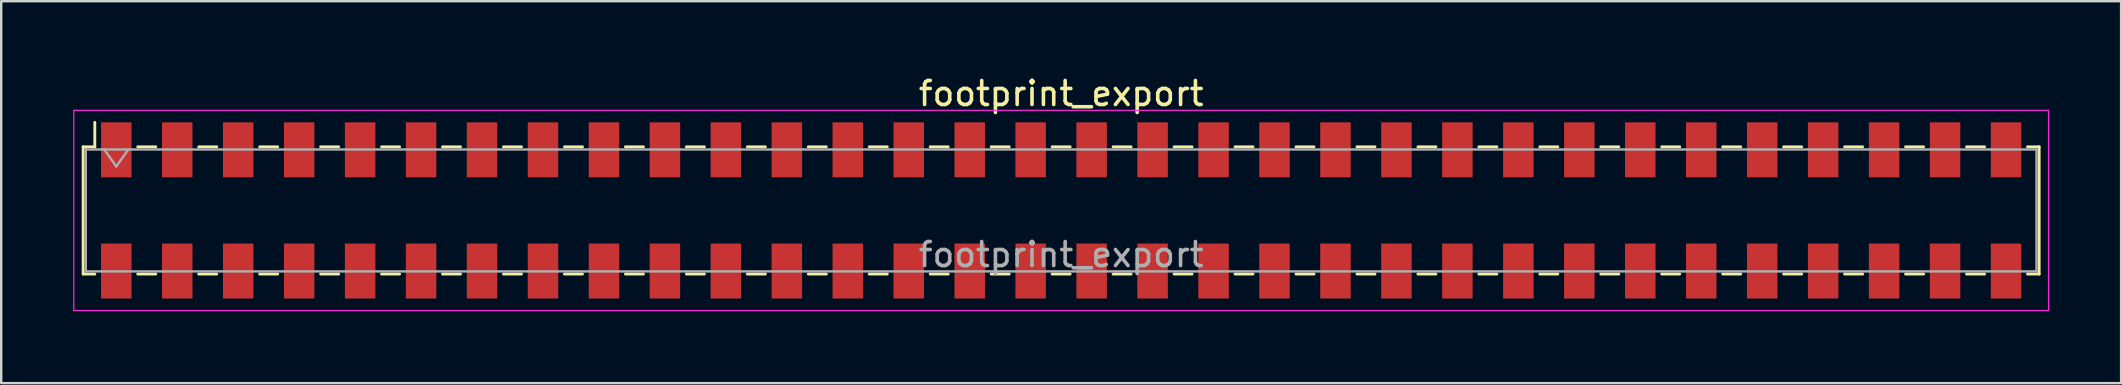
<source format=kicad_pcb>
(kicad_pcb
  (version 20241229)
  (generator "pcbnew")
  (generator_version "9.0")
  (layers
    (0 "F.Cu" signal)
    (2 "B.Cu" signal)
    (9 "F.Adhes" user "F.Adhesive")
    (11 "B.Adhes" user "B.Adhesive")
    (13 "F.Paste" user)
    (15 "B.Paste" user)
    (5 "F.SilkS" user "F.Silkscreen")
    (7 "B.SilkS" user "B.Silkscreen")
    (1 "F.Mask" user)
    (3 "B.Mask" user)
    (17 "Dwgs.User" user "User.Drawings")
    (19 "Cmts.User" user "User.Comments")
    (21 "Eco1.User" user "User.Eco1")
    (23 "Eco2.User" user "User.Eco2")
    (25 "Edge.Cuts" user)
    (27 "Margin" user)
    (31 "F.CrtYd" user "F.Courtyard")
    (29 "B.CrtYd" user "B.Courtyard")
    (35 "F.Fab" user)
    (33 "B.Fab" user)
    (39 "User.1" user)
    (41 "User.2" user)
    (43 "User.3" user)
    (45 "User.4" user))
  (footprint "footprint_export"
    (layer "F.Cu")
    (at 41.165 5.718)
    (property "Reference" "footprint_export" (at 0 -4.87 0) (layer "F.SilkS") (effects (font (size 1 1) (thickness 0.15))))
    (attr smd)
    (fp_line (start -40.75 -2.65) (end -40.75 2.65) (stroke (width 0.12) (type solid)) (layer "F.SilkS"))
    (fp_line (start -40.75 2.65) (end -40.265 2.65) (stroke (width 0.12) (type solid)) (layer "F.SilkS"))
    (fp_line (start -40.265 -3.67) (end -40.265 -2.65) (stroke (width 0.12) (type solid)) (layer "F.SilkS"))
    (fp_line (start -40.265 -2.65) (end -40.75 -2.65) (stroke (width 0.12) (type solid)) (layer "F.SilkS"))
    (fp_line (start -38.475 -2.65) (end -37.725 -2.65) (stroke (width 0.12) (type solid)) (layer "F.SilkS"))
    (fp_line (start -38.475 2.65) (end -37.725 2.65) (stroke (width 0.12) (type solid)) (layer "F.SilkS"))
    (fp_line (start -35.935 -2.65) (end -35.185 -2.65) (stroke (width 0.12) (type solid)) (layer "F.SilkS"))
    (fp_line (start -35.935 2.65) (end -35.185 2.65) (stroke (width 0.12) (type solid)) (layer "F.SilkS"))
    (fp_line (start -33.395 -2.65) (end -32.645 -2.65) (stroke (width 0.12) (type solid)) (layer "F.SilkS"))
    (fp_line (start -33.395 2.65) (end -32.645 2.65) (stroke (width 0.12) (type solid)) (layer "F.SilkS"))
    (fp_line (start -30.855 -2.65) (end -30.105 -2.65) (stroke (width 0.12) (type solid)) (layer "F.SilkS"))
    (fp_line (start -30.855 2.65) (end -30.105 2.65) (stroke (width 0.12) (type solid)) (layer "F.SilkS"))
    (fp_line (start -28.315 -2.65) (end -27.565 -2.65) (stroke (width 0.12) (type solid)) (layer "F.SilkS"))
    (fp_line (start -28.315 2.65) (end -27.565 2.65) (stroke (width 0.12) (type solid)) (layer "F.SilkS"))
    (fp_line (start -25.775 -2.65) (end -25.025 -2.65) (stroke (width 0.12) (type solid)) (layer "F.SilkS"))
    (fp_line (start -25.775 2.65) (end -25.025 2.65) (stroke (width 0.12) (type solid)) (layer "F.SilkS"))
    (fp_line (start -23.235 -2.65) (end -22.485 -2.65) (stroke (width 0.12) (type solid)) (layer "F.SilkS"))
    (fp_line (start -23.235 2.65) (end -22.485 2.65) (stroke (width 0.12) (type solid)) (layer "F.SilkS"))
    (fp_line (start -20.695 -2.65) (end -19.945 -2.65) (stroke (width 0.12) (type solid)) (layer "F.SilkS"))
    (fp_line (start -20.695 2.65) (end -19.945 2.65) (stroke (width 0.12) (type solid)) (layer "F.SilkS"))
    (fp_line (start -18.155 -2.65) (end -17.405 -2.65) (stroke (width 0.12) (type solid)) (layer "F.SilkS"))
    (fp_line (start -18.155 2.65) (end -17.405 2.65) (stroke (width 0.12) (type solid)) (layer "F.SilkS"))
    (fp_line (start -15.615 -2.65) (end -14.865 -2.65) (stroke (width 0.12) (type solid)) (layer "F.SilkS"))
    (fp_line (start -15.615 2.65) (end -14.865 2.65) (stroke (width 0.12) (type solid)) (layer "F.SilkS"))
    (fp_line (start -13.075 -2.65) (end -12.325 -2.65) (stroke (width 0.12) (type solid)) (layer "F.SilkS"))
    (fp_line (start -13.075 2.65) (end -12.325 2.65) (stroke (width 0.12) (type solid)) (layer "F.SilkS"))
    (fp_line (start -10.535 -2.65) (end -9.785 -2.65) (stroke (width 0.12) (type solid)) (layer "F.SilkS"))
    (fp_line (start -10.535 2.65) (end -9.785 2.65) (stroke (width 0.12) (type solid)) (layer "F.SilkS"))
    (fp_line (start -7.995 -2.65) (end -7.245 -2.65) (stroke (width 0.12) (type solid)) (layer "F.SilkS"))
    (fp_line (start -7.995 2.65) (end -7.245 2.65) (stroke (width 0.12) (type solid)) (layer "F.SilkS"))
    (fp_line (start -5.455 -2.65) (end -4.705 -2.65) (stroke (width 0.12) (type solid)) (layer "F.SilkS"))
    (fp_line (start -5.455 2.65) (end -4.705 2.65) (stroke (width 0.12) (type solid)) (layer "F.SilkS"))
    (fp_line (start -2.915 -2.65) (end -2.165 -2.65) (stroke (width 0.12) (type solid)) (layer "F.SilkS"))
    (fp_line (start -2.915 2.65) (end -2.165 2.65) (stroke (width 0.12) (type solid)) (layer "F.SilkS"))
    (fp_line (start -0.375 -2.65) (end 0.375 -2.65) (stroke (width 0.12) (type solid)) (layer "F.SilkS"))
    (fp_line (start -0.375 2.65) (end 0.375 2.65) (stroke (width 0.12) (type solid)) (layer "F.SilkS"))
    (fp_line (start 2.165 -2.65) (end 2.915 -2.65) (stroke (width 0.12) (type solid)) (layer "F.SilkS"))
    (fp_line (start 2.165 2.65) (end 2.915 2.65) (stroke (width 0.12) (type solid)) (layer "F.SilkS"))
    (fp_line (start 4.705 -2.65) (end 5.455 -2.65) (stroke (width 0.12) (type solid)) (layer "F.SilkS"))
    (fp_line (start 4.705 2.65) (end 5.455 2.65) (stroke (width 0.12) (type solid)) (layer "F.SilkS"))
    (fp_line (start 7.245 -2.65) (end 7.995 -2.65) (stroke (width 0.12) (type solid)) (layer "F.SilkS"))
    (fp_line (start 7.245 2.65) (end 7.995 2.65) (stroke (width 0.12) (type solid)) (layer "F.SilkS"))
    (fp_line (start 9.785 -2.65) (end 10.535 -2.65) (stroke (width 0.12) (type solid)) (layer "F.SilkS"))
    (fp_line (start 9.785 2.65) (end 10.535 2.65) (stroke (width 0.12) (type solid)) (layer "F.SilkS"))
    (fp_line (start 12.325 -2.65) (end 13.075 -2.65) (stroke (width 0.12) (type solid)) (layer "F.SilkS"))
    (fp_line (start 12.325 2.65) (end 13.075 2.65) (stroke (width 0.12) (type solid)) (layer "F.SilkS"))
    (fp_line (start 14.865 -2.65) (end 15.615 -2.65) (stroke (width 0.12) (type solid)) (layer "F.SilkS"))
    (fp_line (start 14.865 2.65) (end 15.615 2.65) (stroke (width 0.12) (type solid)) (layer "F.SilkS"))
    (fp_line (start 17.405 -2.65) (end 18.155 -2.65) (stroke (width 0.12) (type solid)) (layer "F.SilkS"))
    (fp_line (start 17.405 2.65) (end 18.155 2.65) (stroke (width 0.12) (type solid)) (layer "F.SilkS"))
    (fp_line (start 19.945 -2.65) (end 20.695 -2.65) (stroke (width 0.12) (type solid)) (layer "F.SilkS"))
    (fp_line (start 19.945 2.65) (end 20.695 2.65) (stroke (width 0.12) (type solid)) (layer "F.SilkS"))
    (fp_line (start 22.485 -2.65) (end 23.235 -2.65) (stroke (width 0.12) (type solid)) (layer "F.SilkS"))
    (fp_line (start 22.485 2.65) (end 23.235 2.65) (stroke (width 0.12) (type solid)) (layer "F.SilkS"))
    (fp_line (start 25.025 -2.65) (end 25.775 -2.65) (stroke (width 0.12) (type solid)) (layer "F.SilkS"))
    (fp_line (start 25.025 2.65) (end 25.775 2.65) (stroke (width 0.12) (type solid)) (layer "F.SilkS"))
    (fp_line (start 27.565 -2.65) (end 28.315 -2.65) (stroke (width 0.12) (type solid)) (layer "F.SilkS"))
    (fp_line (start 27.565 2.65) (end 28.315 2.65) (stroke (width 0.12) (type solid)) (layer "F.SilkS"))
    (fp_line (start 30.105 -2.65) (end 30.855 -2.65) (stroke (width 0.12) (type solid)) (layer "F.SilkS"))
    (fp_line (start 30.105 2.65) (end 30.855 2.65) (stroke (width 0.12) (type solid)) (layer "F.SilkS"))
    (fp_line (start 32.645 -2.65) (end 33.395 -2.65) (stroke (width 0.12) (type solid)) (layer "F.SilkS"))
    (fp_line (start 32.645 2.65) (end 33.395 2.65) (stroke (width 0.12) (type solid)) (layer "F.SilkS"))
    (fp_line (start 35.185 -2.65) (end 35.935 -2.65) (stroke (width 0.12) (type solid)) (layer "F.SilkS"))
    (fp_line (start 35.185 2.65) (end 35.935 2.65) (stroke (width 0.12) (type solid)) (layer "F.SilkS"))
    (fp_line (start 37.725 -2.65) (end 38.475 -2.65) (stroke (width 0.12) (type solid)) (layer "F.SilkS"))
    (fp_line (start 37.725 2.65) (end 38.475 2.65) (stroke (width 0.12) (type solid)) (layer "F.SilkS"))
    (fp_line (start 40.265 -2.65) (end 40.75 -2.65) (stroke (width 0.12) (type solid)) (layer "F.SilkS"))
    (fp_line (start 40.75 -2.65) (end 40.75 2.65) (stroke (width 0.12) (type solid)) (layer "F.SilkS"))
    (fp_line (start 40.75 2.65) (end 40.265 2.65) (stroke (width 0.12) (type solid)) (layer "F.SilkS"))
    (fp_line (start -41.14 -4.17) (end 41.14 -4.17) (stroke (width 0.05) (type solid)) (layer "F.CrtYd"))
    (fp_line (start -41.14 4.17) (end -41.14 -4.17) (stroke (width 0.05) (type solid)) (layer "F.CrtYd"))
    (fp_line (start 41.14 -4.17) (end 41.14 4.17) (stroke (width 0.05) (type solid)) (layer "F.CrtYd"))
    (fp_line (start 41.14 4.17) (end -41.14 4.17) (stroke (width 0.05) (type solid)) (layer "F.CrtYd"))
    (fp_line (start -40.64 -2.54) (end 40.64 -2.54) (stroke (width 0.1) (type solid)) (layer "F.Fab"))
    (fp_line (start -40.64 2.54) (end -40.64 -2.54) (stroke (width 0.1) (type solid)) (layer "F.Fab"))
    (fp_line (start -39.87 -2.54) (end -39.37 -1.833) (stroke (width 0.1) (type solid)) (layer "F.Fab"))
    (fp_line (start -39.37 -1.833) (end -38.87 -2.54) (stroke (width 0.1) (type solid)) (layer "F.Fab"))
    (fp_line (start 40.64 -2.54) (end 40.64 2.54) (stroke (width 0.1) (type solid)) (layer "F.Fab"))
    (fp_line (start 40.64 2.54) (end -40.64 2.54) (stroke (width 0.1) (type solid)) (layer "F.Fab"))
    (fp_text user "${REFERENCE}" (at 0 1.84 0) (layer "F.Fab") (effects (font (size 1 1) (thickness 0.15))))
    (pad "1" smd rect (at -39.37 -2.525) (size 1.27 2.29) (layers "F.Cu" "F.Mask" "F.Paste"))
    (pad "2" smd rect (at -39.37 2.525) (size 1.27 2.29) (layers "F.Cu" "F.Mask" "F.Paste"))
    (pad "3" smd rect (at -36.83 -2.525) (size 1.27 2.29) (layers "F.Cu" "F.Mask" "F.Paste"))
    (pad "4" smd rect (at -36.83 2.525) (size 1.27 2.29) (layers "F.Cu" "F.Mask" "F.Paste"))
    (pad "5" smd rect (at -34.29 -2.525) (size 1.27 2.29) (layers "F.Cu" "F.Mask" "F.Paste"))
    (pad "6" smd rect (at -34.29 2.525) (size 1.27 2.29) (layers "F.Cu" "F.Mask" "F.Paste"))
    (pad "7" smd rect (at -31.75 -2.525) (size 1.27 2.29) (layers "F.Cu" "F.Mask" "F.Paste"))
    (pad "8" smd rect (at -31.75 2.525) (size 1.27 2.29) (layers "F.Cu" "F.Mask" "F.Paste"))
    (pad "9" smd rect (at -29.21 -2.525) (size 1.27 2.29) (layers "F.Cu" "F.Mask" "F.Paste"))
    (pad "10" smd rect (at -29.21 2.525) (size 1.27 2.29) (layers "F.Cu" "F.Mask" "F.Paste"))
    (pad "11" smd rect (at -26.67 -2.525) (size 1.27 2.29) (layers "F.Cu" "F.Mask" "F.Paste"))
    (pad "12" smd rect (at -26.67 2.525) (size 1.27 2.29) (layers "F.Cu" "F.Mask" "F.Paste"))
    (pad "13" smd rect (at -24.13 -2.525) (size 1.27 2.29) (layers "F.Cu" "F.Mask" "F.Paste"))
    (pad "14" smd rect (at -24.13 2.525) (size 1.27 2.29) (layers "F.Cu" "F.Mask" "F.Paste"))
    (pad "15" smd rect (at -21.59 -2.525) (size 1.27 2.29) (layers "F.Cu" "F.Mask" "F.Paste"))
    (pad "16" smd rect (at -21.59 2.525) (size 1.27 2.29) (layers "F.Cu" "F.Mask" "F.Paste"))
    (pad "17" smd rect (at -19.05 -2.525) (size 1.27 2.29) (layers "F.Cu" "F.Mask" "F.Paste"))
    (pad "18" smd rect (at -19.05 2.525) (size 1.27 2.29) (layers "F.Cu" "F.Mask" "F.Paste"))
    (pad "19" smd rect (at -16.51 -2.525) (size 1.27 2.29) (layers "F.Cu" "F.Mask" "F.Paste"))
    (pad "20" smd rect (at -16.51 2.525) (size 1.27 2.29) (layers "F.Cu" "F.Mask" "F.Paste"))
    (pad "21" smd rect (at -13.97 -2.525) (size 1.27 2.29) (layers "F.Cu" "F.Mask" "F.Paste"))
    (pad "22" smd rect (at -13.97 2.525) (size 1.27 2.29) (layers "F.Cu" "F.Mask" "F.Paste"))
    (pad "23" smd rect (at -11.43 -2.525) (size 1.27 2.29) (layers "F.Cu" "F.Mask" "F.Paste"))
    (pad "24" smd rect (at -11.43 2.525) (size 1.27 2.29) (layers "F.Cu" "F.Mask" "F.Paste"))
    (pad "25" smd rect (at -8.89 -2.525) (size 1.27 2.29) (layers "F.Cu" "F.Mask" "F.Paste"))
    (pad "26" smd rect (at -8.89 2.525) (size 1.27 2.29) (layers "F.Cu" "F.Mask" "F.Paste"))
    (pad "27" smd rect (at -6.35 -2.525) (size 1.27 2.29) (layers "F.Cu" "F.Mask" "F.Paste"))
    (pad "28" smd rect (at -6.35 2.525) (size 1.27 2.29) (layers "F.Cu" "F.Mask" "F.Paste"))
    (pad "29" smd rect (at -3.81 -2.525) (size 1.27 2.29) (layers "F.Cu" "F.Mask" "F.Paste"))
    (pad "30" smd rect (at -3.81 2.525) (size 1.27 2.29) (layers "F.Cu" "F.Mask" "F.Paste"))
    (pad "31" smd rect (at -1.27 -2.525) (size 1.27 2.29) (layers "F.Cu" "F.Mask" "F.Paste"))
    (pad "32" smd rect (at -1.27 2.525) (size 1.27 2.29) (layers "F.Cu" "F.Mask" "F.Paste"))
    (pad "33" smd rect (at 1.27 -2.525) (size 1.27 2.29) (layers "F.Cu" "F.Mask" "F.Paste"))
    (pad "34" smd rect (at 1.27 2.525) (size 1.27 2.29) (layers "F.Cu" "F.Mask" "F.Paste"))
    (pad "35" smd rect (at 3.81 -2.525) (size 1.27 2.29) (layers "F.Cu" "F.Mask" "F.Paste"))
    (pad "36" smd rect (at 3.81 2.525) (size 1.27 2.29) (layers "F.Cu" "F.Mask" "F.Paste"))
    (pad "37" smd rect (at 6.35 -2.525) (size 1.27 2.29) (layers "F.Cu" "F.Mask" "F.Paste"))
    (pad "38" smd rect (at 6.35 2.525) (size 1.27 2.29) (layers "F.Cu" "F.Mask" "F.Paste"))
    (pad "39" smd rect (at 8.89 -2.525) (size 1.27 2.29) (layers "F.Cu" "F.Mask" "F.Paste"))
    (pad "40" smd rect (at 8.89 2.525) (size 1.27 2.29) (layers "F.Cu" "F.Mask" "F.Paste"))
    (pad "41" smd rect (at 11.43 -2.525) (size 1.27 2.29) (layers "F.Cu" "F.Mask" "F.Paste"))
    (pad "42" smd rect (at 11.43 2.525) (size 1.27 2.29) (layers "F.Cu" "F.Mask" "F.Paste"))
    (pad "43" smd rect (at 13.97 -2.525) (size 1.27 2.29) (layers "F.Cu" "F.Mask" "F.Paste"))
    (pad "44" smd rect (at 13.97 2.525) (size 1.27 2.29) (layers "F.Cu" "F.Mask" "F.Paste"))
    (pad "45" smd rect (at 16.51 -2.525) (size 1.27 2.29) (layers "F.Cu" "F.Mask" "F.Paste"))
    (pad "46" smd rect (at 16.51 2.525) (size 1.27 2.29) (layers "F.Cu" "F.Mask" "F.Paste"))
    (pad "47" smd rect (at 19.05 -2.525) (size 1.27 2.29) (layers "F.Cu" "F.Mask" "F.Paste"))
    (pad "48" smd rect (at 19.05 2.525) (size 1.27 2.29) (layers "F.Cu" "F.Mask" "F.Paste"))
    (pad "49" smd rect (at 21.59 -2.525) (size 1.27 2.29) (layers "F.Cu" "F.Mask" "F.Paste"))
    (pad "50" smd rect (at 21.59 2.525) (size 1.27 2.29) (layers "F.Cu" "F.Mask" "F.Paste"))
    (pad "51" smd rect (at 24.13 -2.525) (size 1.27 2.29) (layers "F.Cu" "F.Mask" "F.Paste"))
    (pad "52" smd rect (at 24.13 2.525) (size 1.27 2.29) (layers "F.Cu" "F.Mask" "F.Paste"))
    (pad "53" smd rect (at 26.67 -2.525) (size 1.27 2.29) (layers "F.Cu" "F.Mask" "F.Paste"))
    (pad "54" smd rect (at 26.67 2.525) (size 1.27 2.29) (layers "F.Cu" "F.Mask" "F.Paste"))
    (pad "55" smd rect (at 29.21 -2.525) (size 1.27 2.29) (layers "F.Cu" "F.Mask" "F.Paste"))
    (pad "56" smd rect (at 29.21 2.525) (size 1.27 2.29) (layers "F.Cu" "F.Mask" "F.Paste"))
    (pad "57" smd rect (at 31.75 -2.525) (size 1.27 2.29) (layers "F.Cu" "F.Mask" "F.Paste"))
    (pad "58" smd rect (at 31.75 2.525) (size 1.27 2.29) (layers "F.Cu" "F.Mask" "F.Paste"))
    (pad "59" smd rect (at 34.29 -2.525) (size 1.27 2.29) (layers "F.Cu" "F.Mask" "F.Paste"))
    (pad "60" smd rect (at 34.29 2.525) (size 1.27 2.29) (layers "F.Cu" "F.Mask" "F.Paste"))
    (pad "61" smd rect (at 36.83 -2.525) (size 1.27 2.29) (layers "F.Cu" "F.Mask" "F.Paste"))
    (pad "62" smd rect (at 36.83 2.525) (size 1.27 2.29) (layers "F.Cu" "F.Mask" "F.Paste"))
    (pad "63" smd rect (at 39.37 -2.525) (size 1.27 2.29) (layers "F.Cu" "F.Mask" "F.Paste"))
    (pad "64" smd rect (at 39.37 2.525) (size 1.27 2.29) (layers "F.Cu" "F.Mask" "F.Paste")))
  (gr_rect
    (start -3 -3)
    (end 85.33 12.913)
    (stroke (width 0.1) (type default))
    (fill no)
    (layer "Edge.Cuts")))
</source>
